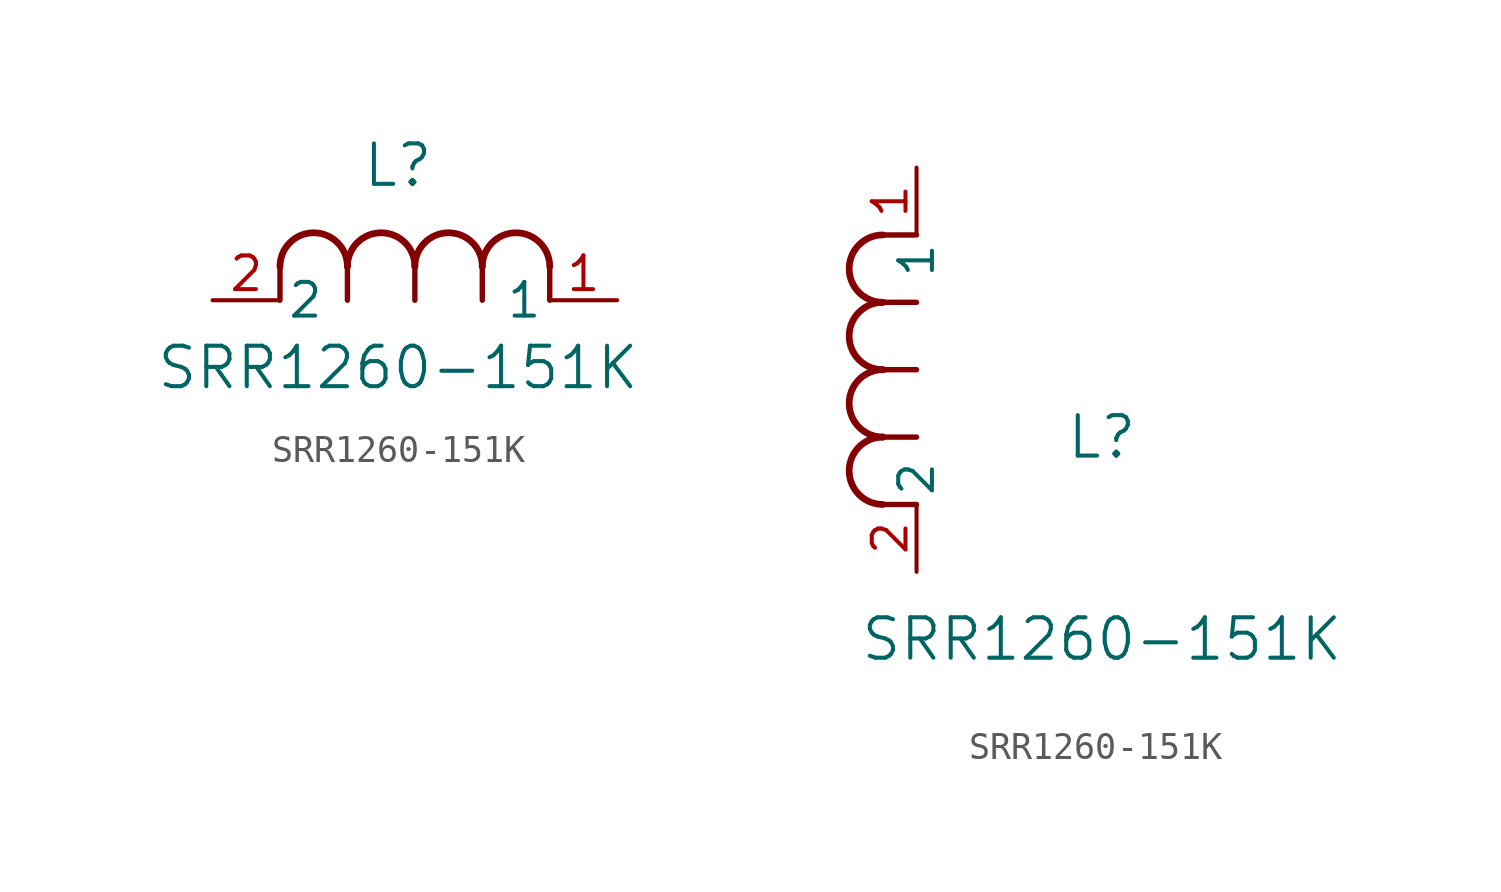
<source format=kicad_sym>
(kicad_symbol_lib
  (version 20211014)
  (generator kicad_symbol_editor)
  (symbol "SRR1260-151K"
    (pin_names
      (offset 0.254))
    (property "Reference" "L"
      (at 6.985 5.08 0)
      (effects (font (size 1.524 1.524))))
    (property "Value" "SRR1260-151K"
      (at 6.985 -2.54 0)
      (effects (font (size 1.524 1.524))))
    (symbol "SRR1260-151K_1_1"
      (arc (start 7.62 1.27) (mid 6.35 2.54) (end 5.08 1.27) (stroke (width 0.254) (type default) (color 0 0 0 0)) (fill (type none)))
      (polyline (pts (xy 5.08 0) (xy 5.08 1.27)) (stroke (width 0.203) (type default) (color 0 0 0 0)) (fill (type none)))
      (polyline (pts (xy 7.62 0) (xy 7.62 1.27)) (stroke (width 0.203) (type default) (color 0 0 0 0)) (fill (type none)))
      (polyline (pts (xy 12.7 0) (xy 12.7 1.27)) (stroke (width 0.203) (type default) (color 0 0 0 0)) (fill (type none)))
      (arc (start 5.08 1.27) (mid 3.81 2.54) (end 2.54 1.27) (stroke (width 0.254) (type default) (color 0 0 0 0)) (fill (type none)))
      (arc (start 10.16 1.27) (mid 8.89 2.54) (end 7.62 1.27) (stroke (width 0.254) (type default) (color 0 0 0 0)) (fill (type none)))
      (arc (start 12.7 1.27) (mid 11.43 2.54) (end 10.16 1.27) (stroke (width 0.254) (type default) (color 0 0 0 0)) (fill (type none)))
      (polyline (pts (xy 2.54 0) (xy 2.54 1.27)) (stroke (width 0.203) (type default) (color 0 0 0 0)) (fill (type none)))
      (polyline (pts (xy 10.16 0) (xy 10.16 1.27)) (stroke (width 0.203) (type default) (color 0 0 0 0)) (fill (type none)))
      (pin unspecified line (at 0 0 0) (length 2.54) (name "2" (effects (font (size 1.27 1.27)))) (number "2" (effects (font (size 1.27 1.27)))))
      (pin unspecified line (at 15.24 0 180) (length 2.54) (name "1" (effects (font (size 1.27 1.27)))) (number "1" (effects (font (size 1.27 1.27))))))
    (symbol "SRR1260-151K_1_2"
      (arc (start -1.27 7.62) (mid -2.54 6.35) (end -1.27 5.08) (stroke (width 0.254) (type default) (color 0 0 0 0)) (fill (type none)))
      (arc (start -1.27 5.08) (mid -2.54 3.81) (end -1.27 2.54) (stroke (width 0.254) (type default) (color 0 0 0 0)) (fill (type none)))
      (arc (start -1.27 12.7) (mid -2.54 11.43) (end -1.27 10.16) (stroke (width 0.254) (type default) (color 0 0 0 0)) (fill (type none)))
      (arc (start -1.27 10.16) (mid -2.54 8.89) (end -1.27 7.62) (stroke (width 0.254) (type default) (color 0 0 0 0)) (fill (type none)))
      (polyline (pts (xy 0 7.62) (xy -1.27 7.62)) (stroke (width 0.203) (type default) (color 0 0 0 0)) (fill (type none)))
      (polyline (pts (xy 0 5.08) (xy -1.27 5.08)) (stroke (width 0.203) (type default) (color 0 0 0 0)) (fill (type none)))
      (polyline (pts (xy 0 12.7) (xy -1.27 12.7)) (stroke (width 0.203) (type default) (color 0 0 0 0)) (fill (type none)))
      (polyline (pts (xy 0 2.54) (xy -1.27 2.54)) (stroke (width 0.203) (type default) (color 0 0 0 0)) (fill (type none)))
      (polyline (pts (xy 0 10.16) (xy -1.27 10.16)) (stroke (width 0.203) (type default) (color 0 0 0 0)) (fill (type none)))
      (pin unspecified line (at 0 0 90) (length 2.54) (name "2" (effects (font (size 1.27 1.27)))) (number "2" (effects (font (size 1.27 1.27)))))
      (pin unspecified line (at 0 15.24 270) (length 2.54) (name "1" (effects (font (size 1.27 1.27)))) (number "1" (effects (font (size 1.27 1.27))))))))
</source>
